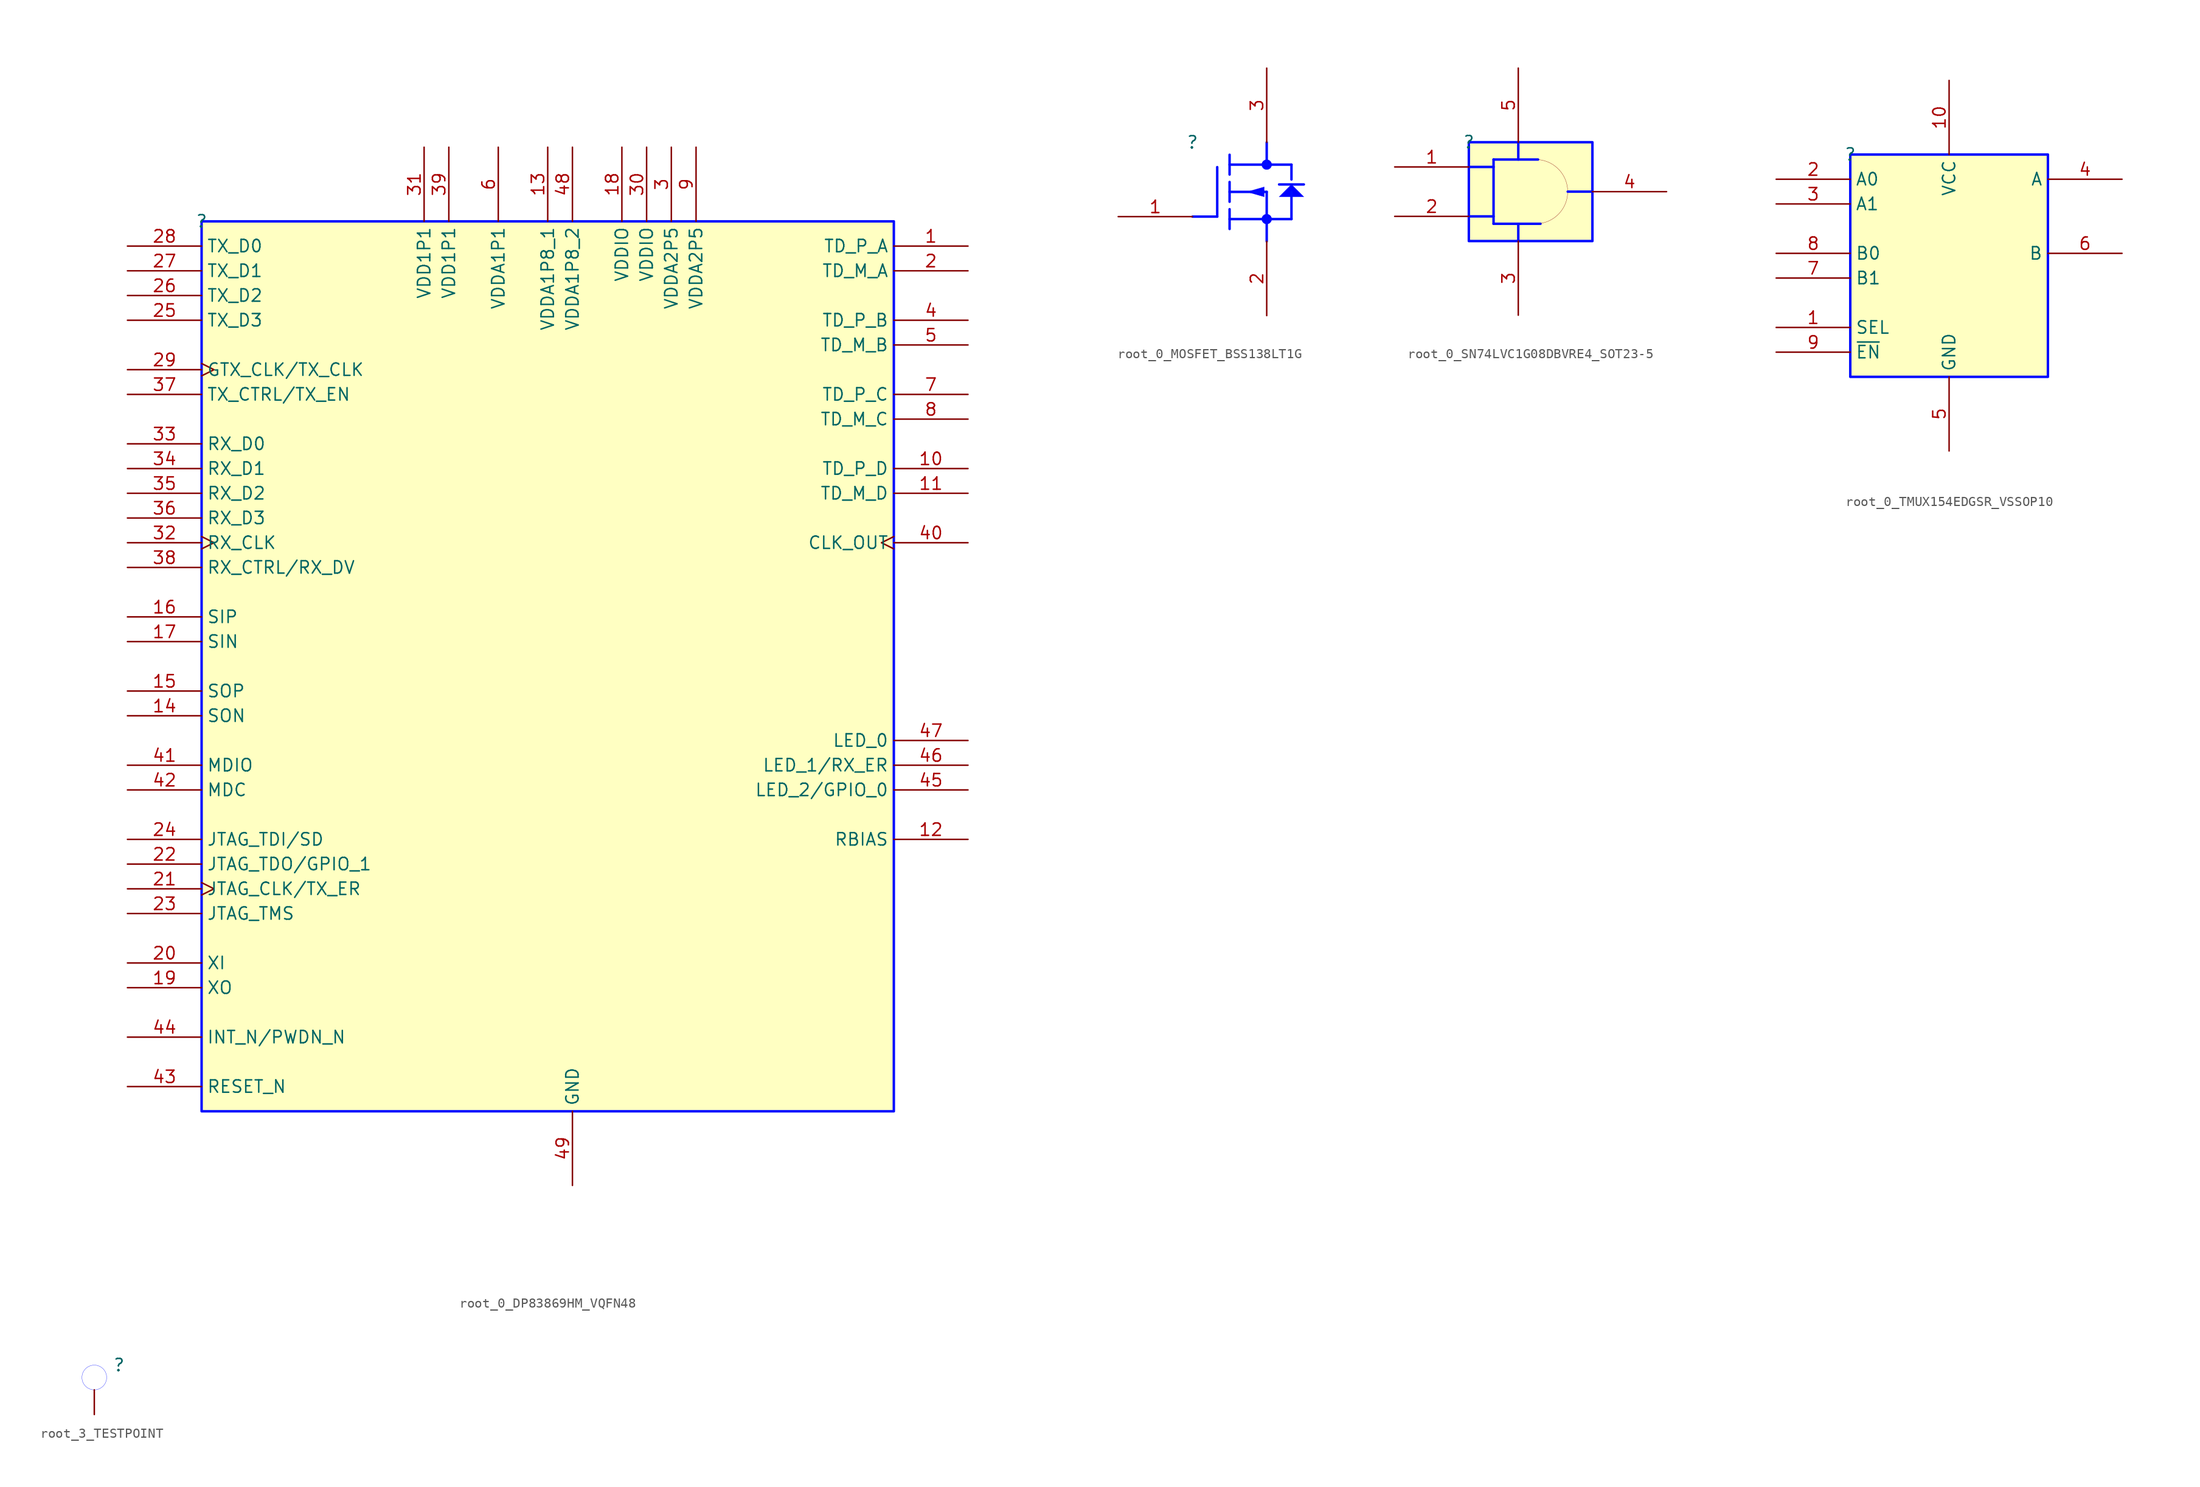
<source format=kicad_sym>
(kicad_symbol_lib
  (version 20231120)
  (generator "kicad_symbol_editor")
  (generator_version "8.0")
  (symbol "root_0_DP83869HM_VQFN48"
    (property "Reference" ""
      (at 0 0 0)
      (effects (font (size 1.27 1.27))))
    (property "Value" ""
      (at 0 0 0)
      (effects (font (size 1.27 1.27))))
    (symbol "root_0_DP83869HM_VQFN48_1_0"
      (rectangle (start 71.12 0) (end 0 -91.44) (stroke (width 0.254) (type solid) (color 0 11 255 1)) (fill (type background)))
      (pin bidirectional line (at 78.74 -2.54 180) (length 7.62) (name "TD_P_A" (effects (font (size 1.27 1.27)))) (number "1" (effects (font (size 1.27 1.27)))))
      (pin bidirectional line (at 78.74 -25.4 180) (length 7.62) (name "TD_P_D" (effects (font (size 1.27 1.27)))) (number "10" (effects (font (size 1.27 1.27)))))
      (pin bidirectional line (at 78.74 -27.94 180) (length 7.62) (name "TD_M_D" (effects (font (size 1.27 1.27)))) (number "11" (effects (font (size 1.27 1.27)))))
      (pin passive line (at 78.74 -63.5 180) (length 7.62) (name "RBIAS" (effects (font (size 1.27 1.27)))) (number "12" (effects (font (size 1.27 1.27)))))
      (pin power_in line (at 35.56 7.62 270) (length 7.62) (name "VDDA1P8_1" (effects (font (size 1.27 1.27)))) (number "13" (effects (font (size 1.27 1.27)))))
      (pin output line (at -7.62 -50.8 0) (length 7.62) (name "SON" (effects (font (size 1.27 1.27)))) (number "14" (effects (font (size 1.27 1.27)))))
      (pin output line (at -7.62 -48.26 0) (length 7.62) (name "SOP" (effects (font (size 1.27 1.27)))) (number "15" (effects (font (size 1.27 1.27)))))
      (pin input line (at -7.62 -40.64 0) (length 7.62) (name "SIP" (effects (font (size 1.27 1.27)))) (number "16" (effects (font (size 1.27 1.27)))))
      (pin input line (at -7.62 -43.18 0) (length 7.62) (name "SIN" (effects (font (size 1.27 1.27)))) (number "17" (effects (font (size 1.27 1.27)))))
      (pin power_in line (at 43.18 7.62 270) (length 7.62) (name "VDDIO" (effects (font (size 1.27 1.27)))) (number "18" (effects (font (size 1.27 1.27)))))
      (pin output line (at -7.62 -78.74 0) (length 7.62) (name "XO" (effects (font (size 1.27 1.27)))) (number "19" (effects (font (size 1.27 1.27)))))
      (pin bidirectional line (at 78.74 -5.08 180) (length 7.62) (name "TD_M_A" (effects (font (size 1.27 1.27)))) (number "2" (effects (font (size 1.27 1.27)))))
      (pin input line (at -7.62 -76.2 0) (length 7.62) (name "XI" (effects (font (size 1.27 1.27)))) (number "20" (effects (font (size 1.27 1.27)))))
      (pin input clock (at -7.62 -68.58 0) (length 7.62) (name "JTAG_CLK/TX_ER" (effects (font (size 1.27 1.27)))) (number "21" (effects (font (size 1.27 1.27)))))
      (pin output line (at -7.62 -66.04 0) (length 7.62) (name "JTAG_TDO/GPIO_1" (effects (font (size 1.27 1.27)))) (number "22" (effects (font (size 1.27 1.27)))))
      (pin passive line (at -7.62 -71.12 0) (length 7.62) (name "JTAG_TMS" (effects (font (size 1.27 1.27)))) (number "23" (effects (font (size 1.27 1.27)))))
      (pin input line (at -7.62 -63.5 0) (length 7.62) (name "JTAG_TDI/SD" (effects (font (size 1.27 1.27)))) (number "24" (effects (font (size 1.27 1.27)))))
      (pin passive line (at -7.62 -10.16 0) (length 7.62) (name "TX_D3" (effects (font (size 1.27 1.27)))) (number "25" (effects (font (size 1.27 1.27)))))
      (pin passive line (at -7.62 -7.62 0) (length 7.62) (name "TX_D2" (effects (font (size 1.27 1.27)))) (number "26" (effects (font (size 1.27 1.27)))))
      (pin passive line (at -7.62 -5.08 0) (length 7.62) (name "TX_D1" (effects (font (size 1.27 1.27)))) (number "27" (effects (font (size 1.27 1.27)))))
      (pin passive line (at -7.62 -2.54 0) (length 7.62) (name "TX_D0" (effects (font (size 1.27 1.27)))) (number "28" (effects (font (size 1.27 1.27)))))
      (pin passive clock (at -7.62 -15.24 0) (length 7.62) (name "GTX_CLK/TX_CLK" (effects (font (size 1.27 1.27)))) (number "29" (effects (font (size 1.27 1.27)))))
      (pin power_in line (at 48.26 7.62 270) (length 7.62) (name "VDDA2P5" (effects (font (size 1.27 1.27)))) (number "3" (effects (font (size 1.27 1.27)))))
      (pin power_in line (at 45.72 7.62 270) (length 7.62) (name "VDDIO" (effects (font (size 1.27 1.27)))) (number "30" (effects (font (size 1.27 1.27)))))
      (pin power_in line (at 22.86 7.62 270) (length 7.62) (name "VDD1P1" (effects (font (size 1.27 1.27)))) (number "31" (effects (font (size 1.27 1.27)))))
      (pin passive clock (at -7.62 -33.02 0) (length 7.62) (name "RX_CLK" (effects (font (size 1.27 1.27)))) (number "32" (effects (font (size 1.27 1.27)))))
      (pin passive line (at -7.62 -22.86 0) (length 7.62) (name "RX_D0" (effects (font (size 1.27 1.27)))) (number "33" (effects (font (size 1.27 1.27)))))
      (pin passive line (at -7.62 -25.4 0) (length 7.62) (name "RX_D1" (effects (font (size 1.27 1.27)))) (number "34" (effects (font (size 1.27 1.27)))))
      (pin passive line (at -7.62 -27.94 0) (length 7.62) (name "RX_D2" (effects (font (size 1.27 1.27)))) (number "35" (effects (font (size 1.27 1.27)))))
      (pin passive line (at -7.62 -30.48 0) (length 7.62) (name "RX_D3" (effects (font (size 1.27 1.27)))) (number "36" (effects (font (size 1.27 1.27)))))
      (pin passive line (at -7.62 -17.78 0) (length 7.62) (name "TX_CTRL/TX_EN" (effects (font (size 1.27 1.27)))) (number "37" (effects (font (size 1.27 1.27)))))
      (pin passive line (at -7.62 -35.56 0) (length 7.62) (name "RX_CTRL/RX_DV" (effects (font (size 1.27 1.27)))) (number "38" (effects (font (size 1.27 1.27)))))
      (pin power_in line (at 25.4 7.62 270) (length 7.62) (name "VDD1P1" (effects (font (size 1.27 1.27)))) (number "39" (effects (font (size 1.27 1.27)))))
      (pin bidirectional line (at 78.74 -10.16 180) (length 7.62) (name "TD_P_B" (effects (font (size 1.27 1.27)))) (number "4" (effects (font (size 1.27 1.27)))))
      (pin output clock (at 78.74 -33.02 180) (length 7.62) (name "CLK_OUT" (effects (font (size 1.27 1.27)))) (number "40" (effects (font (size 1.27 1.27)))))
      (pin passive line (at -7.62 -55.88 0) (length 7.62) (name "MDIO" (effects (font (size 1.27 1.27)))) (number "41" (effects (font (size 1.27 1.27)))))
      (pin passive line (at -7.62 -58.42 0) (length 7.62) (name "MDC" (effects (font (size 1.27 1.27)))) (number "42" (effects (font (size 1.27 1.27)))))
      (pin passive line (at -7.62 -88.9 0) (length 7.62) (name "RESET_N" (effects (font (size 1.27 1.27)))) (number "43" (effects (font (size 1.27 1.27)))))
      (pin passive line (at -7.62 -83.82 0) (length 7.62) (name "INT_N/PWDN_N" (effects (font (size 1.27 1.27)))) (number "44" (effects (font (size 1.27 1.27)))))
      (pin passive line (at 78.74 -58.42 180) (length 7.62) (name "LED_2/GPIO_0" (effects (font (size 1.27 1.27)))) (number "45" (effects (font (size 1.27 1.27)))))
      (pin passive line (at 78.74 -55.88 180) (length 7.62) (name "LED_1/RX_ER" (effects (font (size 1.27 1.27)))) (number "46" (effects (font (size 1.27 1.27)))))
      (pin passive line (at 78.74 -53.34 180) (length 7.62) (name "LED_0" (effects (font (size 1.27 1.27)))) (number "47" (effects (font (size 1.27 1.27)))))
      (pin power_in line (at 38.1 7.62 270) (length 7.62) (name "VDDA1P8_2" (effects (font (size 1.27 1.27)))) (number "48" (effects (font (size 1.27 1.27)))))
      (pin power_in line (at 38.1 -99.06 90) (length 7.62) (name "GND" (effects (font (size 1.27 1.27)))) (number "49" (effects (font (size 1.27 1.27)))))
      (pin bidirectional line (at 78.74 -12.7 180) (length 7.62) (name "TD_M_B" (effects (font (size 1.27 1.27)))) (number "5" (effects (font (size 1.27 1.27)))))
      (pin power_in line (at 30.48 7.62 270) (length 7.62) (name "VDDA1P1" (effects (font (size 1.27 1.27)))) (number "6" (effects (font (size 1.27 1.27)))))
      (pin bidirectional line (at 78.74 -17.78 180) (length 7.62) (name "TD_P_C" (effects (font (size 1.27 1.27)))) (number "7" (effects (font (size 1.27 1.27)))))
      (pin bidirectional line (at 78.74 -20.32 180) (length 7.62) (name "TD_M_C" (effects (font (size 1.27 1.27)))) (number "8" (effects (font (size 1.27 1.27)))))
      (pin power_in line (at 50.8 7.62 270) (length 7.62) (name "VDDA2P5" (effects (font (size 1.27 1.27)))) (number "9" (effects (font (size 1.27 1.27)))))))
  (symbol "root_0_MOSFET_BSS138LT1G"
    (property "Reference" ""
      (at 0 0 0)
      (effects (font (size 1.27 1.27))))
    (property "Value" ""
      (at 0 0 0)
      (effects (font (size 1.27 1.27))))
    (symbol "root_0_MOSFET_BSS138LT1G_1_0"
      (polyline (pts (xy 2.54 -7.62) (xy 0 -7.62)) (stroke (width 0.254) (type solid) (color 0 11 255 1)) (fill (type none)))
      (polyline (pts (xy 2.54 -2.54) (xy 2.54 -7.62)) (stroke (width 0.254) (type solid) (color 0 11 255 1)) (fill (type none)))
      (polyline (pts (xy 3.81 -8.89) (xy 3.81 -6.858)) (stroke (width 0.254) (type solid) (color 0 11 255 1)) (fill (type none)))
      (polyline (pts (xy 3.81 -7.874) (xy 10.16 -7.874)) (stroke (width 0.254) (type solid) (color 0 11 255 1)) (fill (type none)))
      (polyline (pts (xy 3.81 -6.096) (xy 3.81 -4.064)) (stroke (width 0.254) (type solid) (color 0 11 255 1)) (fill (type none)))
      (polyline (pts (xy 3.81 -5.08) (xy 7.62 -5.08)) (stroke (width 0.254) (type solid) (color 0 11 255 1)) (fill (type none)))
      (polyline (pts (xy 3.81 -3.302) (xy 3.81 -1.27)) (stroke (width 0.254) (type solid) (color 0 11 255 1)) (fill (type none)))
      (polyline (pts (xy 7.62 -10.16) (xy 7.62 -7.874)) (stroke (width 0.254) (type solid) (color 0 11 255 1)) (fill (type none)))
      (polyline (pts (xy 7.62 -5.08) (xy 7.62 -7.874)) (stroke (width 0.254) (type solid) (color 0 11 255 1)) (fill (type none)))
      (polyline (pts (xy 7.62 0) (xy 7.62 -2.286)) (stroke (width 0.254) (type solid) (color 0 11 255 1)) (fill (type none)))
      (polyline (pts (xy 8.89 -4.318) (xy 11.43 -4.318)) (stroke (width 0.254) (type solid) (color 0 11 255 1)) (fill (type none)))
      (polyline (pts (xy 10.16 -7.874) (xy 10.16 -5.08)) (stroke (width 0.254) (type solid) (color 0 11 255 1)) (fill (type none)))
      (polyline (pts (xy 10.16 -3.81) (xy 10.16 -2.286)) (stroke (width 0.254) (type solid) (color 0 11 255 1)) (fill (type none)))
      (polyline (pts (xy 10.16 -2.286) (xy 3.81 -2.286)) (stroke (width 0.254) (type solid) (color 0 11 255 1)) (fill (type none)))
      (polyline (pts (xy 5.588 -5.08) (xy 7.366 -5.588) (xy 7.366 -4.572) (xy 5.588 -5.08) (xy 5.588 -5.08)) (stroke (width 0.025) (type solid) (color 0 11 255 1)) (fill (type color) (color 0 0 255 1)))
      (polyline (pts (xy 8.89 -5.588) (xy 11.43 -5.588) (xy 10.16 -4.318) (xy 8.89 -5.588) (xy 8.89 -5.588)) (stroke (width 0.025) (type solid) (color 0 11 255 1)) (fill (type color) (color 0 0 255 1)))
      (circle (center 7.62 -7.874) (radius 0.508) (stroke (width 0.025) (type solid) (color 0 11 255 1)) (fill (type color) (color 0 0 255 1)))
      (circle (center 7.62 -2.286) (radius 0.508) (stroke (width 0.025) (type solid) (color 0 11 255 1)) (fill (type color) (color 0 0 255 1)))
      (pin passive line (at -7.62 -7.62 0) (length 7.62) (name "G" (effects (font (size 0 0)))) (number "1" (effects (font (size 1.27 1.27)))))
      (pin passive line (at 7.62 -17.78 90) (length 7.62) (name "S" (effects (font (size 0 0)))) (number "2" (effects (font (size 1.27 1.27)))))
      (pin passive line (at 7.62 7.62 270) (length 7.62) (name "D" (effects (font (size 0 0)))) (number "3" (effects (font (size 1.27 1.27)))))))
  (symbol "root_0_SN74LVC1G08DBVRE4_SOT23-5"
    (property "Reference" ""
      (at 0 0 0)
      (effects (font (size 1.27 1.27))))
    (property "Value" ""
      (at 0 0 0)
      (effects (font (size 1.27 1.27))))
    (symbol "root_0_SN74LVC1G08DBVRE4_SOT23-5_1_0"
      (polyline (pts (xy 0 -7.62) (xy 2.54 -7.62)) (stroke (width 0.254) (type solid) (color 0 11 255 1)) (fill (type none)))
      (polyline (pts (xy 0 -2.54) (xy 2.54 -2.54)) (stroke (width 0.254) (type solid) (color 0 11 255 1)) (fill (type none)))
      (polyline (pts (xy 2.54 -8.382) (xy 7.366 -8.382)) (stroke (width 0.254) (type solid) (color 0 11 255 1)) (fill (type none)))
      (polyline (pts (xy 2.54 -1.778) (xy 2.54 -8.382)) (stroke (width 0.254) (type solid) (color 0 11 255 1)) (fill (type none)))
      (polyline (pts (xy 2.54 -1.778) (xy 7.112 -1.778)) (stroke (width 0.254) (type solid) (color 0 11 255 1)) (fill (type none)))
      (polyline (pts (xy 5.08 -8.382) (xy 5.08 -10.16)) (stroke (width 0.254) (type solid) (color 0 11 255 1)) (fill (type none)))
      (polyline (pts (xy 5.08 -1.778) (xy 5.08 0)) (stroke (width 0.254) (type solid) (color 0 11 255 1)) (fill (type none)))
      (polyline (pts (xy 10.16 -5.08) (xy 12.7 -5.08)) (stroke (width 0.254) (type solid) (color 0 11 255 1)) (fill (type none)))
      (arc (start 7.3601 -8.3436) (mid 10.158 -4.9653) (end 7.1322 -1.7894) (stroke (width 0.0254) (type solid)) (fill (type none)))
      (rectangle (start 12.7 0) (end 0 -10.16) (stroke (width 0.254) (type solid) (color 0 11 255 1)) (fill (type background)))
      (pin input line (at -7.62 -2.54 0) (length 7.62) (name "A" (effects (font (size 0 0)))) (number "1" (effects (font (size 1.27 1.27)))))
      (pin input line (at -7.62 -7.62 0) (length 7.62) (name "B" (effects (font (size 0 0)))) (number "2" (effects (font (size 1.27 1.27)))))
      (pin power_in line (at 5.08 -17.78 90) (length 7.62) (name "GND" (effects (font (size 0 0)))) (number "3" (effects (font (size 1.27 1.27)))))
      (pin output line (at 20.32 -5.08 180) (length 7.62) (name "Y" (effects (font (size 0 0)))) (number "4" (effects (font (size 1.27 1.27)))))
      (pin power_in line (at 5.08 7.62 270) (length 7.62) (name "VCC" (effects (font (size 0 0)))) (number "5" (effects (font (size 1.27 1.27)))))))
  (symbol "root_0_TMUX154EDGSR_VSSOP10"
    (property "Reference" ""
      (at 0 0 0)
      (effects (font (size 1.27 1.27))))
    (property "Value" ""
      (at 0 0 0)
      (effects (font (size 1.27 1.27))))
    (symbol "root_0_TMUX154EDGSR_VSSOP10_1_0"
      (rectangle (start 20.32 0) (end 0 -22.86) (stroke (width 0.254) (type solid) (color 0 11 255 1)) (fill (type background)))
      (pin passive line (at -7.62 -17.78 0) (length 7.62) (name "SEL" (effects (font (size 1.27 1.27)))) (number "1" (effects (font (size 1.27 1.27)))))
      (pin power_in line (at 10.16 7.62 270) (length 7.62) (name "VCC" (effects (font (size 1.27 1.27)))) (number "10" (effects (font (size 1.27 1.27)))))
      (pin bidirectional line (at -7.62 -2.54 0) (length 7.62) (name "A0" (effects (font (size 1.27 1.27)))) (number "2" (effects (font (size 1.27 1.27)))))
      (pin bidirectional line (at -7.62 -5.08 0) (length 7.62) (name "A1" (effects (font (size 1.27 1.27)))) (number "3" (effects (font (size 1.27 1.27)))))
      (pin bidirectional line (at 27.94 -2.54 180) (length 7.62) (name "A" (effects (font (size 1.27 1.27)))) (number "4" (effects (font (size 1.27 1.27)))))
      (pin power_in line (at 10.16 -30.48 90) (length 7.62) (name "GND" (effects (font (size 1.27 1.27)))) (number "5" (effects (font (size 1.27 1.27)))))
      (pin bidirectional line (at 27.94 -10.16 180) (length 7.62) (name "B" (effects (font (size 1.27 1.27)))) (number "6" (effects (font (size 1.27 1.27)))))
      (pin bidirectional line (at -7.62 -12.7 0) (length 7.62) (name "B1" (effects (font (size 1.27 1.27)))) (number "7" (effects (font (size 1.27 1.27)))))
      (pin bidirectional line (at -7.62 -10.16 0) (length 7.62) (name "B0" (effects (font (size 1.27 1.27)))) (number "8" (effects (font (size 1.27 1.27)))))
      (pin passive line (at -7.62 -20.32 0) (length 7.62) (name "~{EN}" (effects (font (size 1.27 1.27)))) (number "9" (effects (font (size 1.27 1.27)))))))
  (symbol "root_3_TESTPOINT"
    (property "Reference" ""
      (at 0 0 0)
      (effects (font (size 1.27 1.27))))
    (property "Value" ""
      (at 0 0 0)
      (effects (font (size 1.27 1.27))))
    (symbol "root_3_TESTPOINT_1_0"
      (circle (center -2.54 -1.27) (radius 1.27) (stroke (width 0.025) (type solid) (color 0 11 255 1)) (fill (type none)))
      (pin passive line (at -2.54 -5.08 90) (length 2.54) (name "TP" (effects (font (size 0 0)))) (number "1" (effects (font (size 0 0))))))))
</source>
